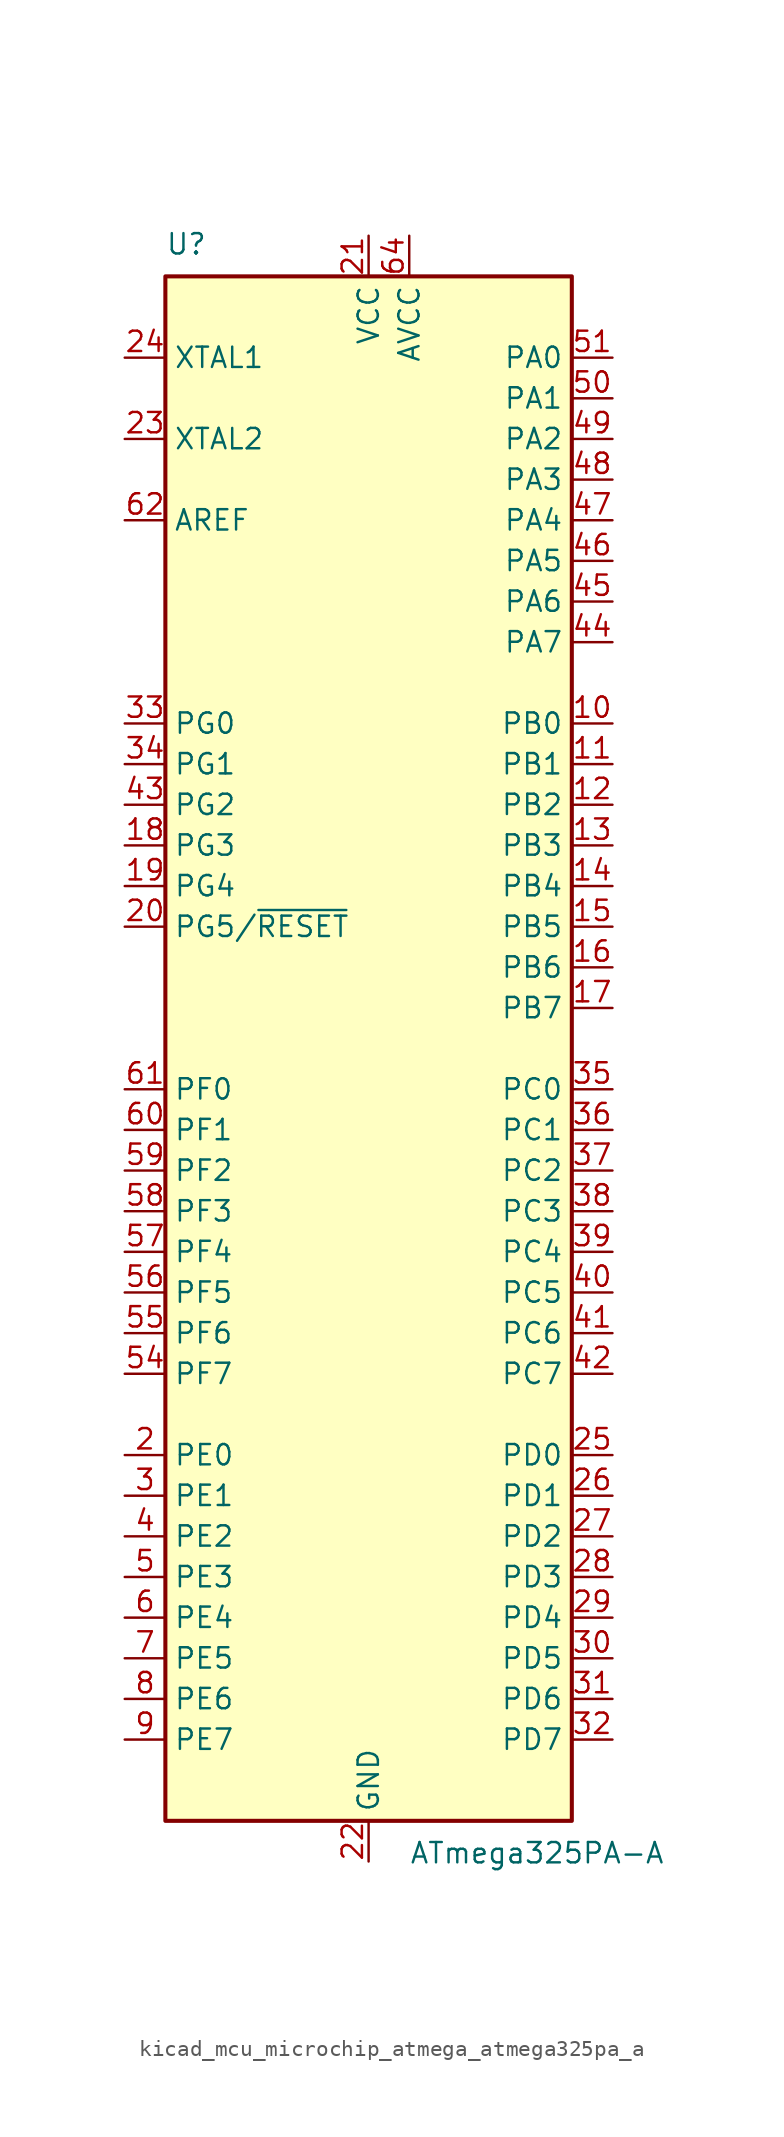
<source format=kicad_sym>
(kicad_symbol_lib
  (version 20220914)
  (generator kicad_symbol_editor)
  (symbol "kicad_mcu_microchip_atmega_atmega325pa_a"
    (property "Reference" "U"
      (at -12.7 49.53 0)
      (effects (font (size 1.27 1.27)) (justify left bottom)))
    (property "Value" "ATmega325PA-A"
      (at 2.54 -49.53 0)
      (effects (font (size 1.27 1.27)) (justify left top)))
    (symbol "kicad_mcu_microchip_atmega_atmega325pa_a_0_1"
      (rectangle (start -12.7 -48.26) (end 12.7 48.26) (stroke (width 0.254) (type default)) (fill (type background))))
    (symbol "kicad_mcu_microchip_atmega_atmega325pa_a_1_1"
      (pin no_connect line (at -12.7 -45.72 0) (length 2.54) hide (name "NC" (effects (font (size 1.27 1.27)))) (number "1" (effects (font (size 1.27 1.27)))))
      (pin bidirectional line (at 15.24 20.32 180) (length 2.54) (name "PB0" (effects (font (size 1.27 1.27)))) (number "10" (effects (font (size 1.27 1.27)))))
      (pin bidirectional line (at 15.24 17.78 180) (length 2.54) (name "PB1" (effects (font (size 1.27 1.27)))) (number "11" (effects (font (size 1.27 1.27)))))
      (pin bidirectional line (at 15.24 15.24 180) (length 2.54) (name "PB2" (effects (font (size 1.27 1.27)))) (number "12" (effects (font (size 1.27 1.27)))))
      (pin bidirectional line (at 15.24 12.7 180) (length 2.54) (name "PB3" (effects (font (size 1.27 1.27)))) (number "13" (effects (font (size 1.27 1.27)))))
      (pin bidirectional line (at 15.24 10.16 180) (length 2.54) (name "PB4" (effects (font (size 1.27 1.27)))) (number "14" (effects (font (size 1.27 1.27)))))
      (pin bidirectional line (at 15.24 7.62 180) (length 2.54) (name "PB5" (effects (font (size 1.27 1.27)))) (number "15" (effects (font (size 1.27 1.27)))))
      (pin bidirectional line (at 15.24 5.08 180) (length 2.54) (name "PB6" (effects (font (size 1.27 1.27)))) (number "16" (effects (font (size 1.27 1.27)))))
      (pin bidirectional line (at 15.24 2.54 180) (length 2.54) (name "PB7" (effects (font (size 1.27 1.27)))) (number "17" (effects (font (size 1.27 1.27)))))
      (pin bidirectional line (at -15.24 12.7 0) (length 2.54) (name "PG3" (effects (font (size 1.27 1.27)))) (number "18" (effects (font (size 1.27 1.27)))))
      (pin bidirectional line (at -15.24 10.16 0) (length 2.54) (name "PG4" (effects (font (size 1.27 1.27)))) (number "19" (effects (font (size 1.27 1.27)))))
      (pin bidirectional line (at -15.24 -25.4 0) (length 2.54) (name "PE0" (effects (font (size 1.27 1.27)))) (number "2" (effects (font (size 1.27 1.27)))))
      (pin bidirectional line (at -15.24 7.62 0) (length 2.54) (name "PG5/~{RESET}" (effects (font (size 1.27 1.27)))) (number "20" (effects (font (size 1.27 1.27)))))
      (pin power_in line (at 0 50.8 270) (length 2.54) (name "VCC" (effects (font (size 1.27 1.27)))) (number "21" (effects (font (size 1.27 1.27)))))
      (pin power_in line (at 0 -50.8 90) (length 2.54) (name "GND" (effects (font (size 1.27 1.27)))) (number "22" (effects (font (size 1.27 1.27)))))
      (pin output line (at -15.24 38.1 0) (length 2.54) (name "XTAL2" (effects (font (size 1.27 1.27)))) (number "23" (effects (font (size 1.27 1.27)))))
      (pin input line (at -15.24 43.18 0) (length 2.54) (name "XTAL1" (effects (font (size 1.27 1.27)))) (number "24" (effects (font (size 1.27 1.27)))))
      (pin bidirectional line (at 15.24 -25.4 180) (length 2.54) (name "PD0" (effects (font (size 1.27 1.27)))) (number "25" (effects (font (size 1.27 1.27)))))
      (pin bidirectional line (at 15.24 -27.94 180) (length 2.54) (name "PD1" (effects (font (size 1.27 1.27)))) (number "26" (effects (font (size 1.27 1.27)))))
      (pin bidirectional line (at 15.24 -30.48 180) (length 2.54) (name "PD2" (effects (font (size 1.27 1.27)))) (number "27" (effects (font (size 1.27 1.27)))))
      (pin bidirectional line (at 15.24 -33.02 180) (length 2.54) (name "PD3" (effects (font (size 1.27 1.27)))) (number "28" (effects (font (size 1.27 1.27)))))
      (pin bidirectional line (at 15.24 -35.56 180) (length 2.54) (name "PD4" (effects (font (size 1.27 1.27)))) (number "29" (effects (font (size 1.27 1.27)))))
      (pin bidirectional line (at -15.24 -27.94 0) (length 2.54) (name "PE1" (effects (font (size 1.27 1.27)))) (number "3" (effects (font (size 1.27 1.27)))))
      (pin bidirectional line (at 15.24 -38.1 180) (length 2.54) (name "PD5" (effects (font (size 1.27 1.27)))) (number "30" (effects (font (size 1.27 1.27)))))
      (pin bidirectional line (at 15.24 -40.64 180) (length 2.54) (name "PD6" (effects (font (size 1.27 1.27)))) (number "31" (effects (font (size 1.27 1.27)))))
      (pin bidirectional line (at 15.24 -43.18 180) (length 2.54) (name "PD7" (effects (font (size 1.27 1.27)))) (number "32" (effects (font (size 1.27 1.27)))))
      (pin bidirectional line (at -15.24 20.32 0) (length 2.54) (name "PG0" (effects (font (size 1.27 1.27)))) (number "33" (effects (font (size 1.27 1.27)))))
      (pin bidirectional line (at -15.24 17.78 0) (length 2.54) (name "PG1" (effects (font (size 1.27 1.27)))) (number "34" (effects (font (size 1.27 1.27)))))
      (pin bidirectional line (at 15.24 -2.54 180) (length 2.54) (name "PC0" (effects (font (size 1.27 1.27)))) (number "35" (effects (font (size 1.27 1.27)))))
      (pin bidirectional line (at 15.24 -5.08 180) (length 2.54) (name "PC1" (effects (font (size 1.27 1.27)))) (number "36" (effects (font (size 1.27 1.27)))))
      (pin bidirectional line (at 15.24 -7.62 180) (length 2.54) (name "PC2" (effects (font (size 1.27 1.27)))) (number "37" (effects (font (size 1.27 1.27)))))
      (pin bidirectional line (at 15.24 -10.16 180) (length 2.54) (name "PC3" (effects (font (size 1.27 1.27)))) (number "38" (effects (font (size 1.27 1.27)))))
      (pin bidirectional line (at 15.24 -12.7 180) (length 2.54) (name "PC4" (effects (font (size 1.27 1.27)))) (number "39" (effects (font (size 1.27 1.27)))))
      (pin bidirectional line (at -15.24 -30.48 0) (length 2.54) (name "PE2" (effects (font (size 1.27 1.27)))) (number "4" (effects (font (size 1.27 1.27)))))
      (pin bidirectional line (at 15.24 -15.24 180) (length 2.54) (name "PC5" (effects (font (size 1.27 1.27)))) (number "40" (effects (font (size 1.27 1.27)))))
      (pin bidirectional line (at 15.24 -17.78 180) (length 2.54) (name "PC6" (effects (font (size 1.27 1.27)))) (number "41" (effects (font (size 1.27 1.27)))))
      (pin bidirectional line (at 15.24 -20.32 180) (length 2.54) (name "PC7" (effects (font (size 1.27 1.27)))) (number "42" (effects (font (size 1.27 1.27)))))
      (pin bidirectional line (at -15.24 15.24 0) (length 2.54) (name "PG2" (effects (font (size 1.27 1.27)))) (number "43" (effects (font (size 1.27 1.27)))))
      (pin bidirectional line (at 15.24 25.4 180) (length 2.54) (name "PA7" (effects (font (size 1.27 1.27)))) (number "44" (effects (font (size 1.27 1.27)))))
      (pin bidirectional line (at 15.24 27.94 180) (length 2.54) (name "PA6" (effects (font (size 1.27 1.27)))) (number "45" (effects (font (size 1.27 1.27)))))
      (pin bidirectional line (at 15.24 30.48 180) (length 2.54) (name "PA5" (effects (font (size 1.27 1.27)))) (number "46" (effects (font (size 1.27 1.27)))))
      (pin bidirectional line (at 15.24 33.02 180) (length 2.54) (name "PA4" (effects (font (size 1.27 1.27)))) (number "47" (effects (font (size 1.27 1.27)))))
      (pin bidirectional line (at 15.24 35.56 180) (length 2.54) (name "PA3" (effects (font (size 1.27 1.27)))) (number "48" (effects (font (size 1.27 1.27)))))
      (pin bidirectional line (at 15.24 38.1 180) (length 2.54) (name "PA2" (effects (font (size 1.27 1.27)))) (number "49" (effects (font (size 1.27 1.27)))))
      (pin bidirectional line (at -15.24 -33.02 0) (length 2.54) (name "PE3" (effects (font (size 1.27 1.27)))) (number "5" (effects (font (size 1.27 1.27)))))
      (pin bidirectional line (at 15.24 40.64 180) (length 2.54) (name "PA1" (effects (font (size 1.27 1.27)))) (number "50" (effects (font (size 1.27 1.27)))))
      (pin bidirectional line (at 15.24 43.18 180) (length 2.54) (name "PA0" (effects (font (size 1.27 1.27)))) (number "51" (effects (font (size 1.27 1.27)))))
      (pin passive line (at 0 50.8 270) (length 2.54) hide (name "VCC" (effects (font (size 1.27 1.27)))) (number "52" (effects (font (size 1.27 1.27)))))
      (pin passive line (at 0 -50.8 90) (length 2.54) hide (name "GND" (effects (font (size 1.27 1.27)))) (number "53" (effects (font (size 1.27 1.27)))))
      (pin bidirectional line (at -15.24 -20.32 0) (length 2.54) (name "PF7" (effects (font (size 1.27 1.27)))) (number "54" (effects (font (size 1.27 1.27)))))
      (pin bidirectional line (at -15.24 -17.78 0) (length 2.54) (name "PF6" (effects (font (size 1.27 1.27)))) (number "55" (effects (font (size 1.27 1.27)))))
      (pin bidirectional line (at -15.24 -15.24 0) (length 2.54) (name "PF5" (effects (font (size 1.27 1.27)))) (number "56" (effects (font (size 1.27 1.27)))))
      (pin bidirectional line (at -15.24 -12.7 0) (length 2.54) (name "PF4" (effects (font (size 1.27 1.27)))) (number "57" (effects (font (size 1.27 1.27)))))
      (pin bidirectional line (at -15.24 -10.16 0) (length 2.54) (name "PF3" (effects (font (size 1.27 1.27)))) (number "58" (effects (font (size 1.27 1.27)))))
      (pin bidirectional line (at -15.24 -7.62 0) (length 2.54) (name "PF2" (effects (font (size 1.27 1.27)))) (number "59" (effects (font (size 1.27 1.27)))))
      (pin bidirectional line (at -15.24 -35.56 0) (length 2.54) (name "PE4" (effects (font (size 1.27 1.27)))) (number "6" (effects (font (size 1.27 1.27)))))
      (pin bidirectional line (at -15.24 -5.08 0) (length 2.54) (name "PF1" (effects (font (size 1.27 1.27)))) (number "60" (effects (font (size 1.27 1.27)))))
      (pin bidirectional line (at -15.24 -2.54 0) (length 2.54) (name "PF0" (effects (font (size 1.27 1.27)))) (number "61" (effects (font (size 1.27 1.27)))))
      (pin passive line (at -15.24 33.02 0) (length 2.54) (name "AREF" (effects (font (size 1.27 1.27)))) (number "62" (effects (font (size 1.27 1.27)))))
      (pin passive line (at 0 -50.8 90) (length 2.54) hide (name "GND" (effects (font (size 1.27 1.27)))) (number "63" (effects (font (size 1.27 1.27)))))
      (pin power_in line (at 2.54 50.8 270) (length 2.54) (name "AVCC" (effects (font (size 1.27 1.27)))) (number "64" (effects (font (size 1.27 1.27)))))
      (pin bidirectional line (at -15.24 -38.1 0) (length 2.54) (name "PE5" (effects (font (size 1.27 1.27)))) (number "7" (effects (font (size 1.27 1.27)))))
      (pin bidirectional line (at -15.24 -40.64 0) (length 2.54) (name "PE6" (effects (font (size 1.27 1.27)))) (number "8" (effects (font (size 1.27 1.27)))))
      (pin bidirectional line (at -15.24 -43.18 0) (length 2.54) (name "PE7" (effects (font (size 1.27 1.27)))) (number "9" (effects (font (size 1.27 1.27))))))))
</source>
